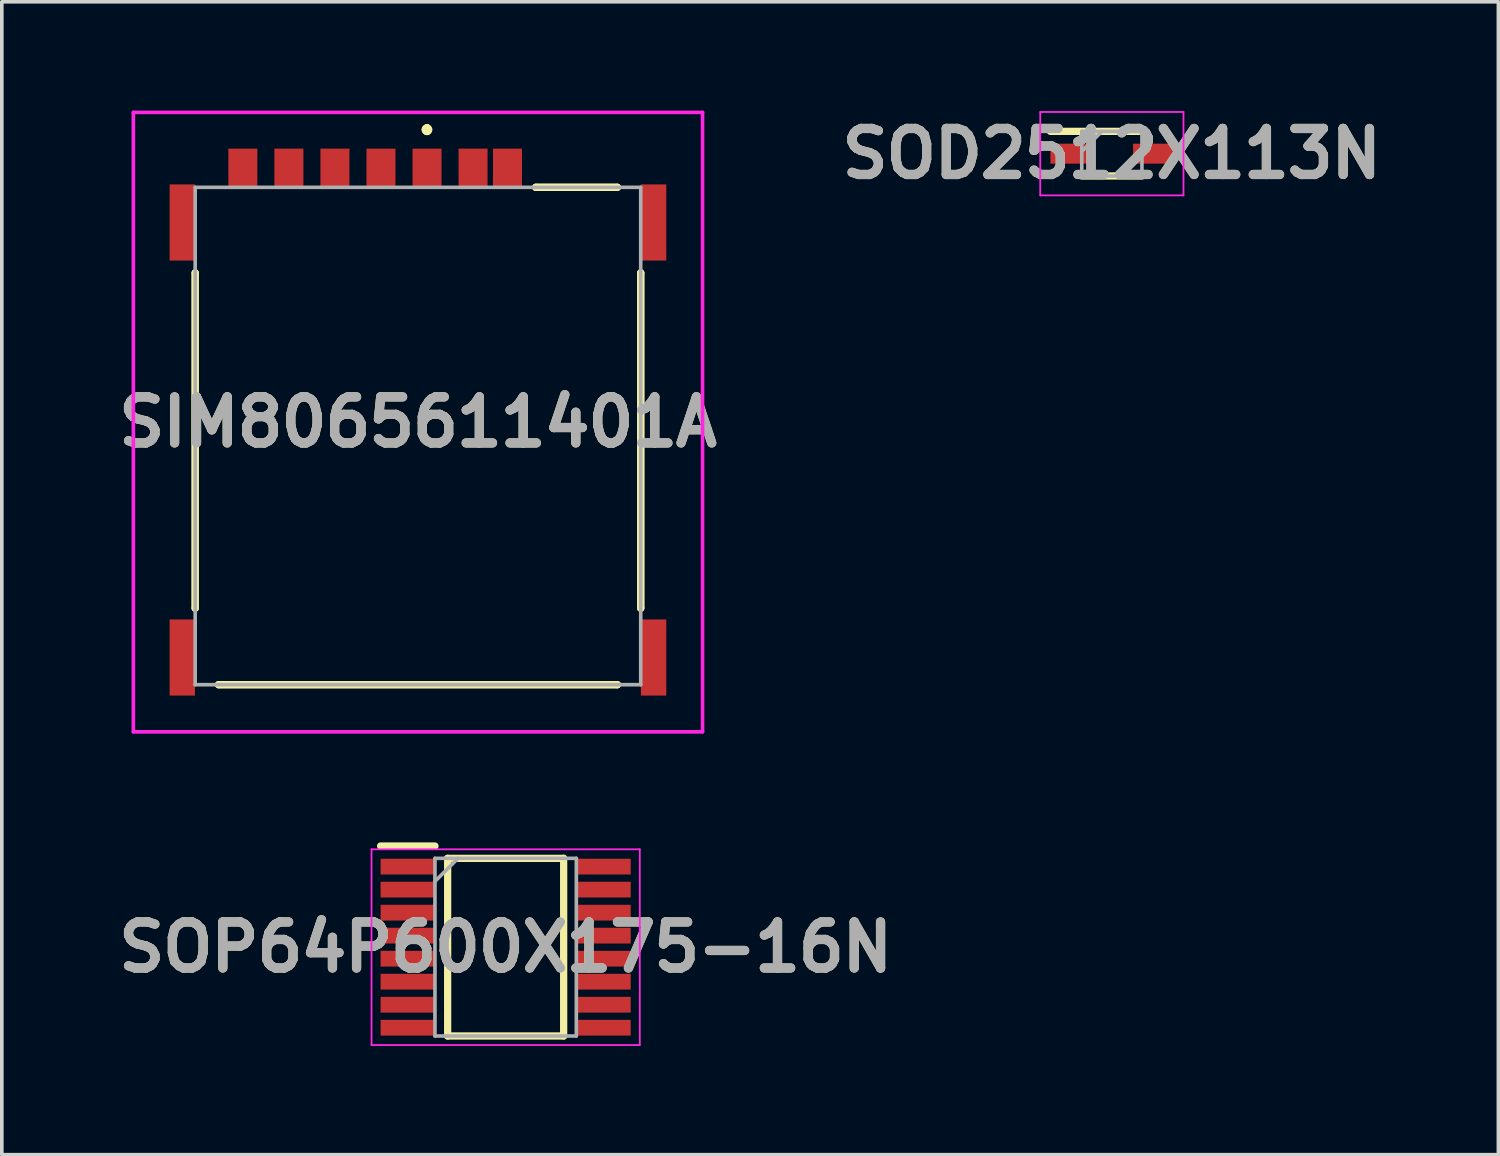
<source format=kicad_pcb>
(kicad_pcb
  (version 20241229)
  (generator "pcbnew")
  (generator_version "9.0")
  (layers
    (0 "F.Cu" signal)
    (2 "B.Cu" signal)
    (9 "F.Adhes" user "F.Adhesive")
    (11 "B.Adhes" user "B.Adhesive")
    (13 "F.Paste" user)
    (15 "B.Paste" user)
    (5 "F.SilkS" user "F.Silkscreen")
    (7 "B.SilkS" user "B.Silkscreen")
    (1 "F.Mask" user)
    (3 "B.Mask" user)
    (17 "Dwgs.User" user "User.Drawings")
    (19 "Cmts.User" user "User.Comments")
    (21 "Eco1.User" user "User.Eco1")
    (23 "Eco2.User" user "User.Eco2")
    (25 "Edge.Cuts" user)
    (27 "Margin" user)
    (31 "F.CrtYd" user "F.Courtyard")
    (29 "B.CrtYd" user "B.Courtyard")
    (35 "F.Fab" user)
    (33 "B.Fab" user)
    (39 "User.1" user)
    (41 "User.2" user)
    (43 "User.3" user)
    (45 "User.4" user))
  (footprint "SIM8065611401A"
    (layer "F.Cu")
    (at 3.479 13.837)
    (property "Reference" "SIM8065611401A" (at 5 -5.244 0) (layer "F.SilkS") (effects (font (size 1.27 1.27) (thickness 0.254))))
    (attr through_hole)
    (fp_line (start -1.145 -9.36) (end -1.145 -9.36) (stroke (width 0.2) (type solid)) (layer "F.SilkS"))
    (fp_line (start -1.145 -9.36) (end -1.145 -0.11) (stroke (width 0.2) (type solid)) (layer "F.SilkS"))
    (fp_line (start -1.145 -0.11) (end -1.145 -9.36) (stroke (width 0.2) (type solid)) (layer "F.SilkS"))
    (fp_line (start -1.145 -0.11) (end -1.145 -0.11) (stroke (width 0.2) (type solid)) (layer "F.SilkS"))
    (fp_line (start -0.5 2) (end -0.5 2) (stroke (width 0.2) (type solid)) (layer "F.SilkS"))
    (fp_line (start -0.5 2) (end 10.5 2) (stroke (width 0.2) (type solid)) (layer "F.SilkS"))
    (fp_line (start 5.25 -13.36) (end 5.25 -13.36) (stroke (width 0.2) (type solid)) (layer "F.SilkS"))
    (fp_line (start 5.25 -13.36) (end 5.25 -13.36) (stroke (width 0.2) (type solid)) (layer "F.SilkS"))
    (fp_line (start 5.25 -13.26) (end 5.25 -13.26) (stroke (width 0.2) (type solid)) (layer "F.SilkS"))
    (fp_line (start 8.25 -11.72) (end 8.25 -11.72) (stroke (width 0.2) (type solid)) (layer "F.SilkS"))
    (fp_line (start 8.25 -11.72) (end 10.5 -11.72) (stroke (width 0.2) (type solid)) (layer "F.SilkS"))
    (fp_line (start 10.5 -11.72) (end 8.25 -11.72) (stroke (width 0.2) (type solid)) (layer "F.SilkS"))
    (fp_line (start 10.5 -11.72) (end 10.5 -11.72) (stroke (width 0.2) (type solid)) (layer "F.SilkS"))
    (fp_line (start 10.5 2) (end -0.5 2) (stroke (width 0.2) (type solid)) (layer "F.SilkS"))
    (fp_line (start 10.5 2) (end 10.5 2) (stroke (width 0.2) (type solid)) (layer "F.SilkS"))
    (fp_line (start 11.145 -9.36) (end 11.145 -9.36) (stroke (width 0.2) (type solid)) (layer "F.SilkS"))
    (fp_line (start 11.145 -9.36) (end 11.145 -0.11) (stroke (width 0.2) (type solid)) (layer "F.SilkS"))
    (fp_line (start 11.145 -0.11) (end 11.145 -9.36) (stroke (width 0.2) (type solid)) (layer "F.SilkS"))
    (fp_line (start 11.145 -0.11) (end 11.145 -0.11) (stroke (width 0.2) (type solid)) (layer "F.SilkS"))
    (fp_arc (start 5.25 -13.36) (mid 5.3 -13.31) (end 5.25 -13.26) (stroke (width 0.2) (type solid)) (layer "F.SilkS"))
    (fp_arc (start 5.25 -13.26) (mid 5.2 -13.31) (end 5.25 -13.36) (stroke (width 0.2) (type solid)) (layer "F.SilkS"))
    (fp_arc (start 5.25 -13.26) (mid 5.2 -13.31) (end 5.25 -13.36) (stroke (width 0.2) (type solid)) (layer "F.SilkS"))
    (fp_line (start -2.85 -13.787) (end 12.85 -13.787) (stroke (width 0.1) (type solid)) (layer "F.CrtYd"))
    (fp_line (start -2.85 3.3) (end -2.85 -13.787) (stroke (width 0.1) (type solid)) (layer "F.CrtYd"))
    (fp_line (start 12.85 -13.787) (end 12.85 3.3) (stroke (width 0.1) (type solid)) (layer "F.CrtYd"))
    (fp_line (start 12.85 3.3) (end -2.85 3.3) (stroke (width 0.1) (type solid)) (layer "F.CrtYd"))
    (fp_line (start -1.145 -11.72) (end -1.145 2) (stroke (width 0.1) (type solid)) (layer "F.Fab"))
    (fp_line (start -1.145 2) (end 11.145 2) (stroke (width 0.1) (type solid)) (layer "F.Fab"))
    (fp_line (start 11.145 -11.72) (end -1.145 -11.72) (stroke (width 0.1) (type solid)) (layer "F.Fab"))
    (fp_line (start 11.145 2) (end 11.145 -11.72) (stroke (width 0.1) (type solid)) (layer "F.Fab"))
    (fp_text user "${REFERENCE}" (at 5 -5.244 0) (layer "F.Fab") (effects (font (size 1.27 1.27) (thickness 0.254))))
    (pad "" np_thru_hole circle (at 0 0) (size 0.001 0.001) (drill 0.75) (layers "*.Cu" "*.Mask"))
    (pad "" np_thru_hole circle (at 1.32 -6.35) (size 0.001 0.001) (drill 1.2) (layers "*.Cu" "*.Mask"))
    (pad "" np_thru_hole circle (at 1.32 1.05) (size 0.001 0.001) (drill 1.2) (layers "*.Cu" "*.Mask"))
    (pad "" np_thru_hole circle (at 3.86 -6.35) (size 0.001 0.001) (drill 1.2) (layers "*.Cu" "*.Mask"))
    (pad "" np_thru_hole circle (at 3.86 1.05) (size 0.001 0.001) (drill 1.2) (layers "*.Cu" "*.Mask"))
    (pad "" np_thru_hole circle (at 6.4 -6.35) (size 0.001 0.001) (drill 1.2) (layers "*.Cu" "*.Mask"))
    (pad "" np_thru_hole circle (at 6.4 1.05) (size 0.001 0.001) (drill 1.2) (layers "*.Cu" "*.Mask"))
    (pad "" np_thru_hole circle (at 8.5 0) (size 0.001 0.001) (drill 0.75) (layers "*.Cu" "*.Mask"))
    (pad "C1" smd rect (at 5.25 -12.23) (size 0.8 1.114) (layers "F.Cu" "F.Mask" "F.Paste"))
    (pad "C2" smd rect (at 2.71 -12.23) (size 0.8 1.114) (layers "F.Cu" "F.Mask" "F.Paste"))
    (pad "C3" smd rect (at 0.17 -12.23) (size 0.8 1.114) (layers "F.Cu" "F.Mask" "F.Paste"))
    (pad "C5" smd rect (at 6.52 -12.23) (size 0.8 1.114) (layers "F.Cu" "F.Mask" "F.Paste"))
    (pad "C6" smd rect (at 3.98 -12.23) (size 0.8 1.114) (layers "F.Cu" "F.Mask" "F.Paste"))
    (pad "C7" smd rect (at 1.44 -12.23) (size 0.8 1.114) (layers "F.Cu" "F.Mask" "F.Paste"))
    (pad "CD1" smd rect (at 7.47 -12.23) (size 0.8 1.114) (layers "F.Cu" "F.Mask" "F.Paste"))
    (pad "G1" smd rect (at -1.5 -10.75) (size 0.7 2.1) (layers "F.Cu" "F.Mask" "F.Paste"))
    (pad "G2" smd rect (at -1.5 1.25) (size 0.7 2.1) (layers "F.Cu" "F.Mask" "F.Paste"))
    (pad "G3" smd rect (at 11.5 1.25) (size 0.7 2.1) (layers "F.Cu" "F.Mask" "F.Paste"))
    (pad "G4" smd rect (at 11.5 -10.75) (size 0.7 2.1) (layers "F.Cu" "F.Mask" "F.Paste")))
  (footprint "SOD2512X113N"
    (layer "F.Cu")
    (at 27.62 1.189)
    (property "Reference" "SOD2512X113N" (at 0 0 0) (layer "F.SilkS") (effects (font (size 1.27 1.27) (thickness 0.254))))
    (attr smd)
    (fp_line (start -1.695 -0.615) (end 0.83 -0.615) (stroke (width 0.2) (type solid)) (layer "F.SilkS"))
    (fp_line (start -0.83 0.615) (end 0.83 0.615) (stroke (width 0.2) (type solid)) (layer "F.SilkS"))
    (fp_line (start -1.975 -1.15) (end 1.975 -1.15) (stroke (width 0.05) (type solid)) (layer "F.CrtYd"))
    (fp_line (start -1.975 1.15) (end -1.975 -1.15) (stroke (width 0.05) (type solid)) (layer "F.CrtYd"))
    (fp_line (start 1.975 -1.15) (end 1.975 1.15) (stroke (width 0.05) (type solid)) (layer "F.CrtYd"))
    (fp_line (start 1.975 1.15) (end -1.975 1.15) (stroke (width 0.05) (type solid)) (layer "F.CrtYd"))
    (fp_line (start -0.83 -0.615) (end 0.83 -0.615) (stroke (width 0.1) (type solid)) (layer "F.Fab"))
    (fp_line (start -0.83 -0.06) (end -0.275 -0.615) (stroke (width 0.1) (type solid)) (layer "F.Fab"))
    (fp_line (start -0.83 0.615) (end -0.83 -0.615) (stroke (width 0.1) (type solid)) (layer "F.Fab"))
    (fp_line (start 0.83 -0.615) (end 0.83 0.615) (stroke (width 0.1) (type solid)) (layer "F.Fab"))
    (fp_line (start 0.83 0.615) (end -0.83 0.615) (stroke (width 0.1) (type solid)) (layer "F.Fab"))
    (fp_text user "${REFERENCE}" (at 0 0 0) (layer "F.Fab") (effects (font (size 1.27 1.27) (thickness 0.254))))
    (pad "1" smd rect (at -1.14 0 90) (size 0.55 1.11) (layers "F.Cu" "F.Mask" "F.Paste"))
    (pad "2" smd rect (at 1.14 0 90) (size 0.55 1.11) (layers "F.Cu" "F.Mask" "F.Paste")))
  (footprint "SOP64P600X175-16N"
    (layer "F.Cu")
    (at 10.898 23.077)
    (property "Reference" "SOP64P600X175-16N" (at 0 0 0) (layer "F.SilkS") (effects (font (size 1.27 1.27) (thickness 0.254))))
    (attr smd)
    (fp_line (start -3.45 -2.79) (end -1.95 -2.79) (stroke (width 0.2) (type solid)) (layer "F.SilkS"))
    (fp_line (start -1.6 -2.45) (end 1.6 -2.45) (stroke (width 0.2) (type solid)) (layer "F.SilkS"))
    (fp_line (start -1.6 2.45) (end -1.6 -2.45) (stroke (width 0.2) (type solid)) (layer "F.SilkS"))
    (fp_line (start 1.6 -2.45) (end 1.6 2.45) (stroke (width 0.2) (type solid)) (layer "F.SilkS"))
    (fp_line (start 1.6 2.45) (end -1.6 2.45) (stroke (width 0.2) (type solid)) (layer "F.SilkS"))
    (fp_line (start -3.7 -2.7) (end 3.7 -2.7) (stroke (width 0.05) (type solid)) (layer "F.CrtYd"))
    (fp_line (start -3.7 2.7) (end -3.7 -2.7) (stroke (width 0.05) (type solid)) (layer "F.CrtYd"))
    (fp_line (start 3.7 -2.7) (end 3.7 2.7) (stroke (width 0.05) (type solid)) (layer "F.CrtYd"))
    (fp_line (start 3.7 2.7) (end -3.7 2.7) (stroke (width 0.05) (type solid)) (layer "F.CrtYd"))
    (fp_line (start -1.95 -2.45) (end 1.95 -2.45) (stroke (width 0.1) (type solid)) (layer "F.Fab"))
    (fp_line (start -1.95 -1.815) (end -1.315 -2.45) (stroke (width 0.1) (type solid)) (layer "F.Fab"))
    (fp_line (start -1.95 2.45) (end -1.95 -2.45) (stroke (width 0.1) (type solid)) (layer "F.Fab"))
    (fp_line (start 1.95 -2.45) (end 1.95 2.45) (stroke (width 0.1) (type solid)) (layer "F.Fab"))
    (fp_line (start 1.95 2.45) (end -1.95 2.45) (stroke (width 0.1) (type solid)) (layer "F.Fab"))
    (fp_text user "${REFERENCE}" (at 0 0 0) (layer "F.Fab") (effects (font (size 1.27 1.27) (thickness 0.254))))
    (pad "1" smd rect (at -2.7 -2.222 90) (size 0.435 1.5) (layers "F.Cu" "F.Mask" "F.Paste"))
    (pad "2" smd rect (at -2.7 -1.588 90) (size 0.435 1.5) (layers "F.Cu" "F.Mask" "F.Paste"))
    (pad "3" smd rect (at -2.7 -0.952 90) (size 0.435 1.5) (layers "F.Cu" "F.Mask" "F.Paste"))
    (pad "4" smd rect (at -2.7 -0.318 90) (size 0.435 1.5) (layers "F.Cu" "F.Mask" "F.Paste"))
    (pad "5" smd rect (at -2.7 0.318 90) (size 0.435 1.5) (layers "F.Cu" "F.Mask" "F.Paste"))
    (pad "6" smd rect (at -2.7 0.952 90) (size 0.435 1.5) (layers "F.Cu" "F.Mask" "F.Paste"))
    (pad "7" smd rect (at -2.7 1.588 90) (size 0.435 1.5) (layers "F.Cu" "F.Mask" "F.Paste"))
    (pad "8" smd rect (at -2.7 2.222 90) (size 0.435 1.5) (layers "F.Cu" "F.Mask" "F.Paste"))
    (pad "9" smd rect (at 2.7 2.222 90) (size 0.435 1.5) (layers "F.Cu" "F.Mask" "F.Paste"))
    (pad "10" smd rect (at 2.7 1.588 90) (size 0.435 1.5) (layers "F.Cu" "F.Mask" "F.Paste"))
    (pad "11" smd rect (at 2.7 0.952 90) (size 0.435 1.5) (layers "F.Cu" "F.Mask" "F.Paste"))
    (pad "12" smd rect (at 2.7 0.318 90) (size 0.435 1.5) (layers "F.Cu" "F.Mask" "F.Paste"))
    (pad "13" smd rect (at 2.7 -0.318 90) (size 0.435 1.5) (layers "F.Cu" "F.Mask" "F.Paste"))
    (pad "14" smd rect (at 2.7 -0.952 90) (size 0.435 1.5) (layers "F.Cu" "F.Mask" "F.Paste"))
    (pad "15" smd rect (at 2.7 -1.588 90) (size 0.435 1.5) (layers "F.Cu" "F.Mask" "F.Paste"))
    (pad "16" smd rect (at 2.7 -2.222 90) (size 0.435 1.5) (layers "F.Cu" "F.Mask" "F.Paste")))
  (gr_rect
    (start -3 -3)
    (end 38.282 28.802)
    (stroke (width 0.1) (type default))
    (fill no)
    (layer "Edge.Cuts")))
</source>
